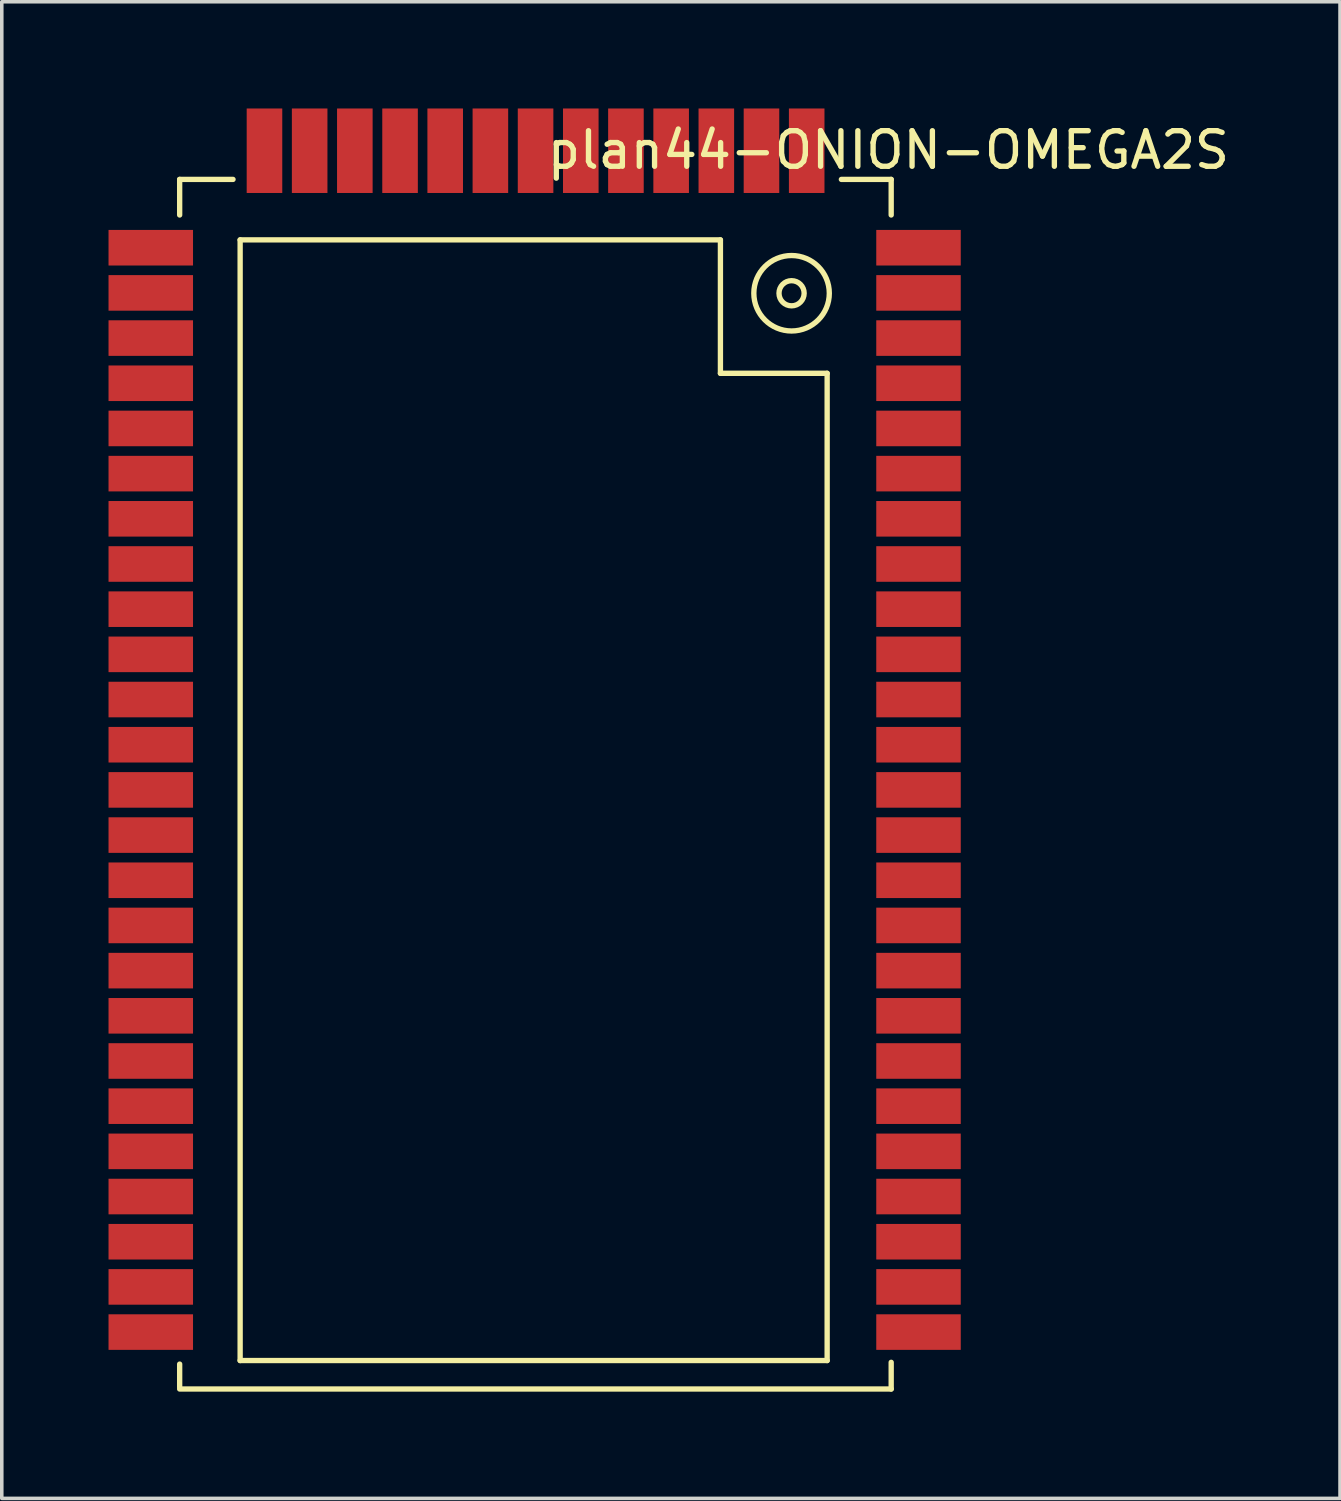
<source format=kicad_pcb>
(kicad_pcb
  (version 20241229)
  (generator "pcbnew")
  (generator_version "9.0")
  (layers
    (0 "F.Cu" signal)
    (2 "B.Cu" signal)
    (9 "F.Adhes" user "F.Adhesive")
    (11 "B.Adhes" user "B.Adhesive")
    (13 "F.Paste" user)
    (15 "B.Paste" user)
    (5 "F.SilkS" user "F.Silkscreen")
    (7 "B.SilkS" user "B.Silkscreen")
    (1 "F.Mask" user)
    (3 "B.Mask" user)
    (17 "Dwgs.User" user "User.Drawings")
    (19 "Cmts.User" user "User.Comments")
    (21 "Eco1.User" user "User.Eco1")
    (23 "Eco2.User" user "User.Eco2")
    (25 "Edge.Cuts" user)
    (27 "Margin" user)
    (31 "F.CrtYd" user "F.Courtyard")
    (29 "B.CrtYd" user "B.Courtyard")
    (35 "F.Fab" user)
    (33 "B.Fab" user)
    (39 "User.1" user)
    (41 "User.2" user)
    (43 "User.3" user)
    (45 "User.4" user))
  (footprint "plan44-ONION-OMEGA2S"
    (layer "F.Cu")
    (at 14.2 21.693)
    (property "Reference" "plan44-ONION-OMEGA2S" (at 7.72 -20.524 0) (layer "F.SilkS") (effects (font (size 1 1) (thickness 0.15))))
    (attr through_hole)
    (fp_line (start -12.2 -19.7) (end -12.2 -18.7) (stroke (width 0.15) (type solid)) (layer "F.SilkS"))
    (fp_line (start -12.2 -19.7) (end -10.7 -19.7) (stroke (width 0.15) (type solid)) (layer "F.SilkS"))
    (fp_line (start -12.2 14.25) (end -12.2 13.6) (stroke (width 0.15) (type solid)) (layer "F.SilkS"))
    (fp_line (start -12.2 14.3) (end 7.8 14.3) (stroke (width 0.15) (type solid)) (layer "F.SilkS"))
    (fp_line (start -10.5 -18) (end -10.5 13.5) (stroke (width 0.15) (type solid)) (layer "F.SilkS"))
    (fp_line (start -10.5 -18) (end 3 -18) (stroke (width 0.15) (type solid)) (layer "F.SilkS"))
    (fp_line (start -10.5 13.5) (end 6 13.5) (stroke (width 0.15) (type solid)) (layer "F.SilkS"))
    (fp_line (start 3 -18) (end 3 -14.25) (stroke (width 0.15) (type solid)) (layer "F.SilkS"))
    (fp_line (start 6 -14.25) (end 3 -14.25) (stroke (width 0.15) (type solid)) (layer "F.SilkS"))
    (fp_line (start 6 13.5) (end 6 -14.25) (stroke (width 0.15) (type solid)) (layer "F.SilkS"))
    (fp_line (start 7.8 -19.7) (end 6.4 -19.7) (stroke (width 0.15) (type solid)) (layer "F.SilkS"))
    (fp_line (start 7.8 -19.7) (end 7.8 -18.7) (stroke (width 0.15) (type solid)) (layer "F.SilkS"))
    (fp_line (start 7.8 14.3) (end 7.8 13.55) (stroke (width 0.15) (type solid)) (layer "F.SilkS"))
    (fp_circle (center 5 -16.5) (end 5.25 -16.75) (stroke (width 0.15) (type solid)) (fill no) (layer "F.SilkS"))
    (fp_circle (center 5 -16.5) (end 5.75 -17.25) (stroke (width 0.15) (type solid)) (fill no) (layer "F.SilkS"))
    (pad "A1" smd rect (at 5.425 -20.506 90) (size 2.375 1) (layers "F.Cu" "F.Mask" "F.Paste"))
    (pad "A2" smd rect (at 4.154 -20.506 90) (size 2.375 1) (layers "F.Cu" "F.Mask" "F.Paste"))
    (pad "A3" smd rect (at 2.885 -20.506 90) (size 2.375 1) (layers "F.Cu" "F.Mask" "F.Paste"))
    (pad "A4" smd rect (at 1.615 -20.506 90) (size 2.375 1) (layers "F.Cu" "F.Mask" "F.Paste"))
    (pad "A5" smd rect (at 0.344 -20.506 90) (size 2.375 1) (layers "F.Cu" "F.Mask" "F.Paste"))
    (pad "A6" smd rect (at -0.925 -20.506 90) (size 2.375 1) (layers "F.Cu" "F.Mask" "F.Paste"))
    (pad "A7" smd rect (at -2.196 -20.506 90) (size 2.375 1) (layers "F.Cu" "F.Mask" "F.Paste"))
    (pad "A8" smd rect (at -3.466 -20.506 90) (size 2.375 1) (layers "F.Cu" "F.Mask" "F.Paste"))
    (pad "A9" smd rect (at -4.736 -20.506 90) (size 2.375 1) (layers "F.Cu" "F.Mask" "F.Paste"))
    (pad "A10" smd rect (at -6.005 -20.506 90) (size 2.375 1) (layers "F.Cu" "F.Mask" "F.Paste"))
    (pad "A11" smd rect (at -7.276 -20.506 90) (size 2.375 1) (layers "F.Cu" "F.Mask" "F.Paste"))
    (pad "A12" smd rect (at -8.546 -20.506 90) (size 2.375 1) (layers "F.Cu" "F.Mask" "F.Paste"))
    (pad "A13" smd rect (at -9.816 -20.506 90) (size 2.375 1) (layers "F.Cu" "F.Mask" "F.Paste"))
    (pad "B1" smd rect (at -13.012 -17.78) (size 2.375 1) (layers "F.Cu" "F.Mask" "F.Paste"))
    (pad "B2" smd rect (at -13.012 -16.51) (size 2.375 1) (layers "F.Cu" "F.Mask" "F.Paste"))
    (pad "B3" smd rect (at -13.012 -15.24) (size 2.375 1) (layers "F.Cu" "F.Mask" "F.Paste"))
    (pad "B4" smd rect (at -13.012 -13.97) (size 2.375 1) (layers "F.Cu" "F.Mask" "F.Paste"))
    (pad "B5" smd rect (at -13.012 -12.7) (size 2.375 1) (layers "F.Cu" "F.Mask" "F.Paste"))
    (pad "B6" smd rect (at -13.012 -11.43) (size 2.375 1) (layers "F.Cu" "F.Mask" "F.Paste"))
    (pad "B7" smd rect (at -13.012 -10.16) (size 2.375 1) (layers "F.Cu" "F.Mask" "F.Paste"))
    (pad "B8" smd rect (at -13.012 -8.89) (size 2.375 1) (layers "F.Cu" "F.Mask" "F.Paste"))
    (pad "B9" smd rect (at -13.012 -7.62) (size 2.375 1) (layers "F.Cu" "F.Mask" "F.Paste"))
    (pad "B10" smd rect (at -13.012 -6.35) (size 2.375 1) (layers "F.Cu" "F.Mask" "F.Paste"))
    (pad "B11" smd rect (at -13.012 -5.08) (size 2.375 1) (layers "F.Cu" "F.Mask" "F.Paste"))
    (pad "B12" smd rect (at -13.012 -3.81) (size 2.375 1) (layers "F.Cu" "F.Mask" "F.Paste"))
    (pad "B13" smd rect (at -13.012 -2.54) (size 2.375 1) (layers "F.Cu" "F.Mask" "F.Paste"))
    (pad "B14" smd rect (at -13.012 -1.27) (size 2.375 1) (layers "F.Cu" "F.Mask" "F.Paste"))
    (pad "B15" smd rect (at -13.012 0) (size 2.375 1) (layers "F.Cu" "F.Mask" "F.Paste"))
    (pad "B16" smd rect (at -13.012 1.27) (size 2.375 1) (layers "F.Cu" "F.Mask" "F.Paste"))
    (pad "B17" smd rect (at -13.012 2.54) (size 2.375 1) (layers "F.Cu" "F.Mask" "F.Paste"))
    (pad "B18" smd rect (at -13.012 3.81) (size 2.375 1) (layers "F.Cu" "F.Mask" "F.Paste"))
    (pad "B19" smd rect (at -13.012 5.08) (size 2.375 1) (layers "F.Cu" "F.Mask" "F.Paste"))
    (pad "B20" smd rect (at -13.012 6.35) (size 2.375 1) (layers "F.Cu" "F.Mask" "F.Paste"))
    (pad "B21" smd rect (at -13.012 7.62) (size 2.375 1) (layers "F.Cu" "F.Mask" "F.Paste"))
    (pad "B22" smd rect (at -13.012 8.89) (size 2.375 1) (layers "F.Cu" "F.Mask" "F.Paste"))
    (pad "B23" smd rect (at -13.012 10.16) (size 2.375 1) (layers "F.Cu" "F.Mask" "F.Paste"))
    (pad "B24" smd rect (at -13.012 11.43) (size 2.375 1) (layers "F.Cu" "F.Mask" "F.Paste"))
    (pad "B25" smd rect (at -13.012 12.7) (size 2.375 1) (layers "F.Cu" "F.Mask" "F.Paste"))
    (pad "C1" smd rect (at 8.568 -17.78) (size 2.375 1) (layers "F.Cu" "F.Mask" "F.Paste"))
    (pad "C2" smd rect (at 8.568 -16.51) (size 2.375 1) (layers "F.Cu" "F.Mask" "F.Paste"))
    (pad "C3" smd rect (at 8.568 -15.24) (size 2.375 1) (layers "F.Cu" "F.Mask" "F.Paste"))
    (pad "C4" smd rect (at 8.568 -13.97) (size 2.375 1) (layers "F.Cu" "F.Mask" "F.Paste"))
    (pad "C5" smd rect (at 8.568 -12.7) (size 2.375 1) (layers "F.Cu" "F.Mask" "F.Paste"))
    (pad "C6" smd rect (at 8.568 -11.43) (size 2.375 1) (layers "F.Cu" "F.Mask" "F.Paste"))
    (pad "C7" smd rect (at 8.568 -10.16) (size 2.375 1) (layers "F.Cu" "F.Mask" "F.Paste"))
    (pad "C8" smd rect (at 8.568 -8.89) (size 2.375 1) (layers "F.Cu" "F.Mask" "F.Paste"))
    (pad "C9" smd rect (at 8.568 -7.62) (size 2.375 1) (layers "F.Cu" "F.Mask" "F.Paste"))
    (pad "C10" smd rect (at 8.568 -6.35) (size 2.375 1) (layers "F.Cu" "F.Mask" "F.Paste"))
    (pad "C11" smd rect (at 8.568 -5.08) (size 2.375 1) (layers "F.Cu" "F.Mask" "F.Paste"))
    (pad "C12" smd rect (at 8.568 -3.81) (size 2.375 1) (layers "F.Cu" "F.Mask" "F.Paste"))
    (pad "C13" smd rect (at 8.568 -2.54) (size 2.375 1) (layers "F.Cu" "F.Mask" "F.Paste"))
    (pad "C14" smd rect (at 8.568 -1.27) (size 2.375 1) (layers "F.Cu" "F.Mask" "F.Paste"))
    (pad "C15" smd rect (at 8.568 0) (size 2.375 1) (layers "F.Cu" "F.Mask" "F.Paste"))
    (pad "C16" smd rect (at 8.568 1.27) (size 2.375 1) (layers "F.Cu" "F.Mask" "F.Paste"))
    (pad "C17" smd rect (at 8.568 2.54) (size 2.375 1) (layers "F.Cu" "F.Mask" "F.Paste"))
    (pad "C18" smd rect (at 8.568 3.81) (size 2.375 1) (layers "F.Cu" "F.Mask" "F.Paste"))
    (pad "C19" smd rect (at 8.568 5.08) (size 2.375 1) (layers "F.Cu" "F.Mask" "F.Paste"))
    (pad "C20" smd rect (at 8.568 6.35) (size 2.375 1) (layers "F.Cu" "F.Mask" "F.Paste"))
    (pad "C21" smd rect (at 8.568 7.62) (size 2.375 1) (layers "F.Cu" "F.Mask" "F.Paste"))
    (pad "C22" smd rect (at 8.568 8.89) (size 2.375 1) (layers "F.Cu" "F.Mask" "F.Paste"))
    (pad "C23" smd rect (at 8.568 10.16) (size 2.375 1) (layers "F.Cu" "F.Mask" "F.Paste"))
    (pad "C24" smd rect (at 8.568 11.43) (size 2.375 1) (layers "F.Cu" "F.Mask" "F.Paste"))
    (pad "C25" smd rect (at 8.568 12.7) (size 2.375 1) (layers "F.Cu" "F.Mask" "F.Paste")))
  (gr_rect
    (start -3 -3)
    (end 34.616 39.068)
    (stroke (width 0.1) (type default))
    (fill no)
    (layer "Edge.Cuts")))
</source>
